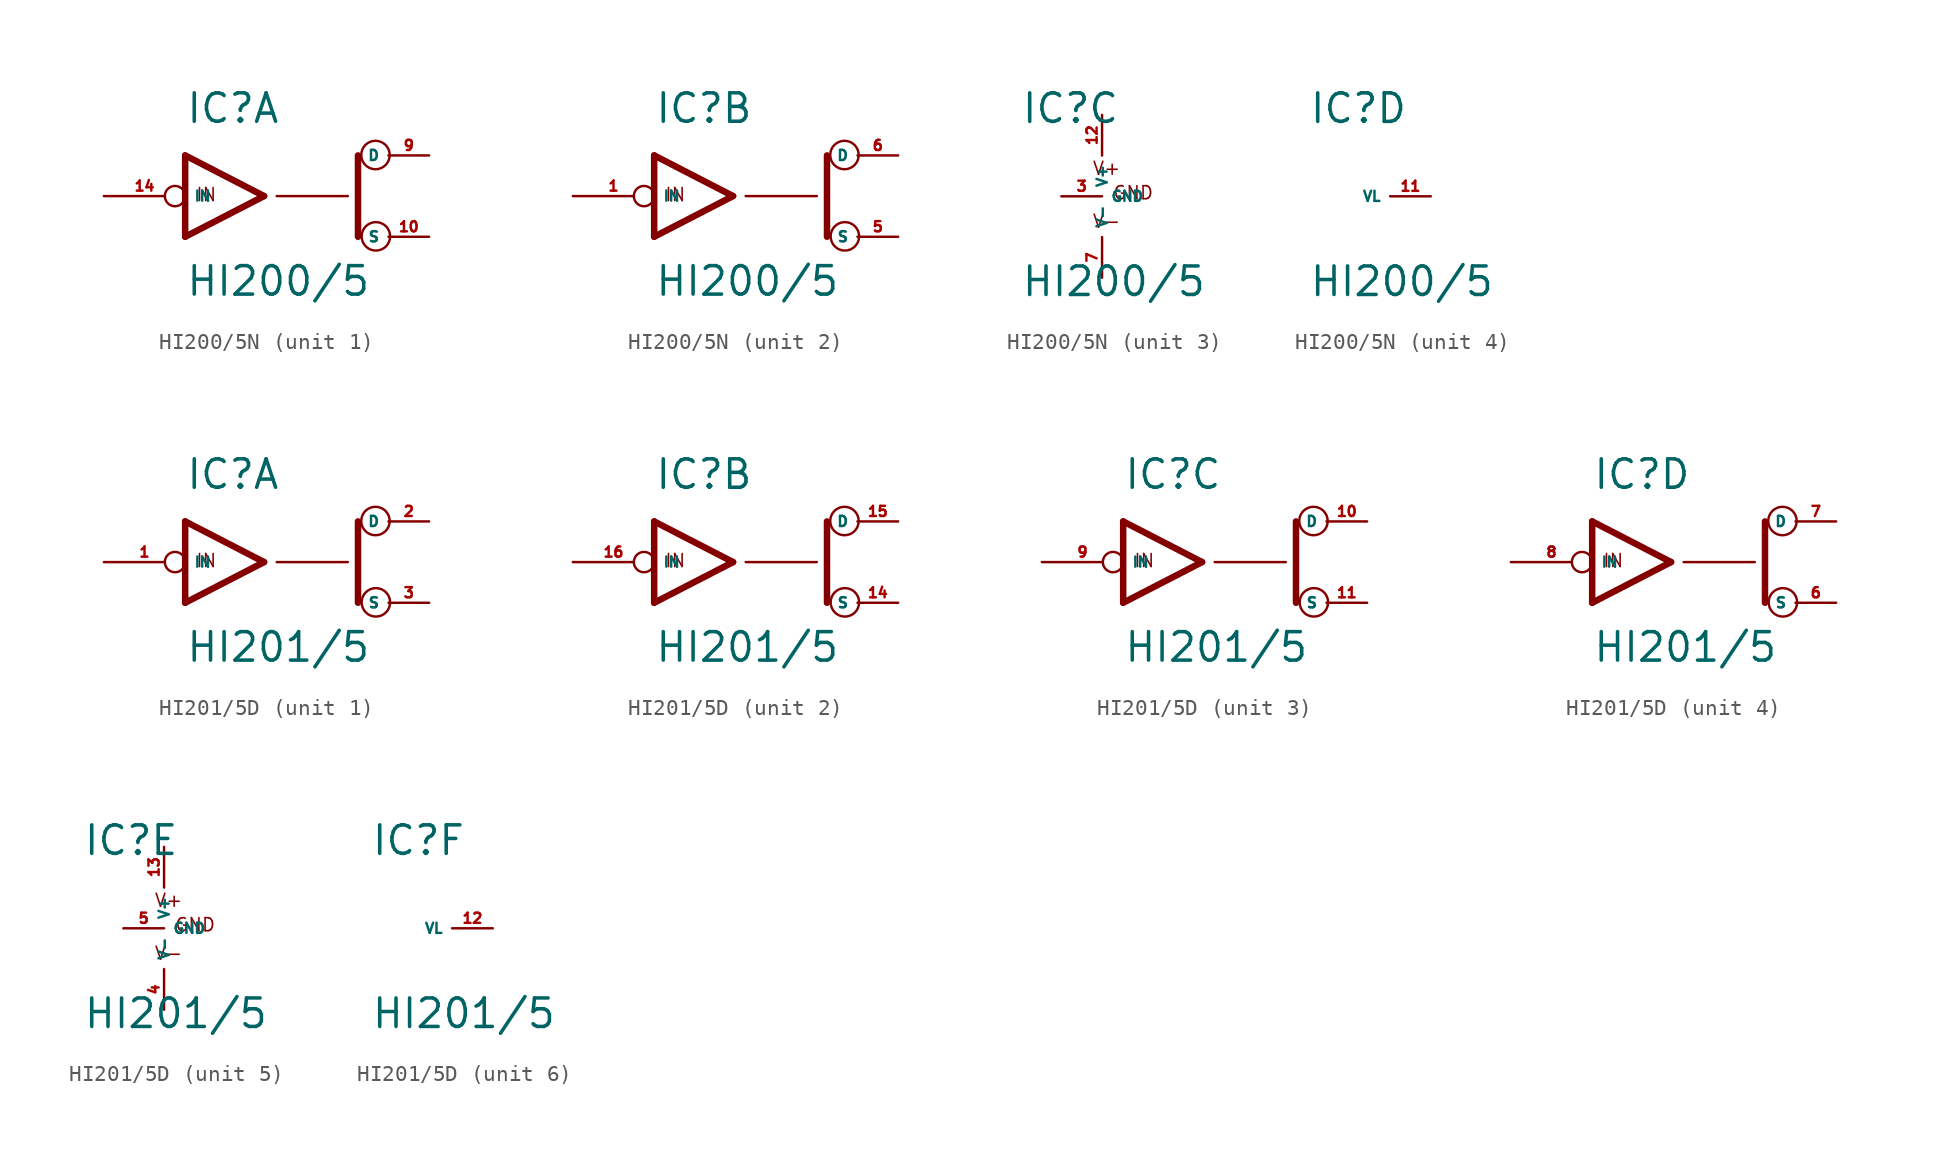
<source format=kicad_sym>
(kicad_symbol_lib
  (version 20220914)
  (generator Eagle2Kicad)
  (symbol "HI200/5N"
    (property "Reference" "IC"
      (at -5.08 4.445 0)
      (effects (font (size 1.778 1.778) (thickness 0.22)) (justify left bottom)))
    (property "Value" "HI200/5"
      (at -5.08 -6.35 0)
      (effects (font (size 1.778 1.778) (thickness 0.22)) (justify left bottom)))
    (symbol "HI200/5N_1_0"
      (polyline (pts (xy -0.152 0) (xy -5.08 2.54)) (stroke (width 0.406) (type default)) (fill (type none)))
      (polyline (pts (xy -5.08 -2.54) (xy -0.152 0)) (stroke (width 0.406) (type default)) (fill (type none)))
      (polyline (pts (xy -5.08 2.54) (xy -5.08 -2.54)) (stroke (width 0.406) (type default)) (fill (type none)))
      (polyline (pts (xy 5.715 -2.54) (xy 5.715 2.54)) (stroke (width 0.406) (type default)) (fill (type none)))
      (polyline (pts (xy 0.635 0) (xy 5.08 0)) (stroke (width 0.152) (type default)) (fill (type none)))
      (text "IN" (at -4.445 -0.381 0) (effects (font (size 0.813 0.813) (thickness 0.10)) (justify left bottom)))
      (circle (center 6.833 -2.515) (radius 0.889) (stroke (width 0.152) (type default)) (fill (type none)))
      (circle (center 6.807 2.565) (radius 0.889) (stroke (width 0.152) (type default)) (fill (type none)))
      (pin bidirectional line (at 10.16 2.54 180) (length 2.54) (name "D" (effects (font (size 0.635 0.635) (thickness 0.08)) (justify left bottom))) (number "9" (effects (font (size 0.635 0.635) (thickness 0.08)) (justify left bottom))))
      (pin input inverted (at -10.16 0 0) (length 5.08) (name "IN" (effects (font (size 0.635 0.635) (thickness 0.08)) (justify left bottom))) (number "14" (effects (font (size 0.635 0.635) (thickness 0.08)) (justify left bottom))))
      (pin bidirectional line (at 10.16 -2.54 180) (length 2.54) (name "S" (effects (font (size 0.635 0.635) (thickness 0.08)) (justify left bottom))) (number "10" (effects (font (size 0.635 0.635) (thickness 0.08)) (justify left bottom)))))
    (symbol "HI200/5N_2_0"
      (polyline (pts (xy -0.152 0) (xy -5.08 2.54)) (stroke (width 0.406) (type default)) (fill (type none)))
      (polyline (pts (xy -5.08 -2.54) (xy -0.152 0)) (stroke (width 0.406) (type default)) (fill (type none)))
      (polyline (pts (xy -5.08 2.54) (xy -5.08 -2.54)) (stroke (width 0.406) (type default)) (fill (type none)))
      (polyline (pts (xy 5.715 -2.54) (xy 5.715 2.54)) (stroke (width 0.406) (type default)) (fill (type none)))
      (polyline (pts (xy 0.635 0) (xy 5.08 0)) (stroke (width 0.152) (type default)) (fill (type none)))
      (text "IN" (at -4.445 -0.381 0) (effects (font (size 0.813 0.813) (thickness 0.10)) (justify left bottom)))
      (circle (center 6.833 -2.515) (radius 0.889) (stroke (width 0.152) (type default)) (fill (type none)))
      (circle (center 6.807 2.565) (radius 0.889) (stroke (width 0.152) (type default)) (fill (type none)))
      (pin bidirectional line (at 10.16 2.54 180) (length 2.54) (name "D" (effects (font (size 0.635 0.635) (thickness 0.08)) (justify left bottom))) (number "6" (effects (font (size 0.635 0.635) (thickness 0.08)) (justify left bottom))))
      (pin input inverted (at -10.16 0 0) (length 5.08) (name "IN" (effects (font (size 0.635 0.635) (thickness 0.08)) (justify left bottom))) (number "1" (effects (font (size 0.635 0.635) (thickness 0.08)) (justify left bottom))))
      (pin bidirectional line (at 10.16 -2.54 180) (length 2.54) (name "S" (effects (font (size 0.635 0.635) (thickness 0.08)) (justify left bottom))) (number "5" (effects (font (size 0.635 0.635) (thickness 0.08)) (justify left bottom)))))
    (symbol "HI200/5N_3_0"
      (text "V+" (at -0.635 1.27 0) (effects (font (size 0.813 0.813) (thickness 0.10)) (justify left bottom)))
      (text "V-" (at -0.635 -2.032 0) (effects (font (size 0.813 0.813) (thickness 0.10)) (justify left bottom)))
      (text "GND" (at 0.635 -0.254 0) (effects (font (size 0.813 0.813) (thickness 0.10)) (justify left bottom)))
      (pin unspecified line (at 0 5.08 270) (length 2.54) (name "V+" (effects (font (size 0.635 0.635) (thickness 0.08)) (justify left bottom))) (number "12" (effects (font (size 0.635 0.635) (thickness 0.08)) (justify left bottom))))
      (pin unspecified line (at 0 -5.08 90) (length 2.54) (name "V-" (effects (font (size 0.635 0.635) (thickness 0.08)) (justify left bottom))) (number "7" (effects (font (size 0.635 0.635) (thickness 0.08)) (justify left bottom))))
      (pin unspecified line (at -2.54 0 0) (length 2.54) (name "GND" (effects (font (size 0.635 0.635) (thickness 0.08)) (justify left bottom))) (number "3" (effects (font (size 0.635 0.635) (thickness 0.08)) (justify left bottom)))))
    (symbol "HI200/5N_4_0"
      (pin input line (at 2.54 0 180) (length 2.54) (name "VL" (effects (font (size 0.635 0.635) (thickness 0.08)) (justify left bottom))) (number "11" (effects (font (size 0.635 0.635) (thickness 0.08)) (justify left bottom))))))
  (symbol "HI201/5D"
    (property "Reference" "IC"
      (at -5.08 4.445 0)
      (effects (font (size 1.778 1.778) (thickness 0.22)) (justify left bottom)))
    (property "Value" "HI201/5"
      (at -5.08 -6.35 0)
      (effects (font (size 1.778 1.778) (thickness 0.22)) (justify left bottom)))
    (symbol "HI201/5D_1_0"
      (polyline (pts (xy -0.152 0) (xy -5.08 2.54)) (stroke (width 0.406) (type default)) (fill (type none)))
      (polyline (pts (xy -5.08 -2.54) (xy -0.152 0)) (stroke (width 0.406) (type default)) (fill (type none)))
      (polyline (pts (xy -5.08 2.54) (xy -5.08 -2.54)) (stroke (width 0.406) (type default)) (fill (type none)))
      (polyline (pts (xy 5.715 -2.54) (xy 5.715 2.54)) (stroke (width 0.406) (type default)) (fill (type none)))
      (polyline (pts (xy 0.635 0) (xy 5.08 0)) (stroke (width 0.152) (type default)) (fill (type none)))
      (text "IN" (at -4.445 -0.381 0) (effects (font (size 0.813 0.813) (thickness 0.10)) (justify left bottom)))
      (circle (center 6.833 -2.515) (radius 0.889) (stroke (width 0.152) (type default)) (fill (type none)))
      (circle (center 6.807 2.565) (radius 0.889) (stroke (width 0.152) (type default)) (fill (type none)))
      (pin bidirectional line (at 10.16 2.54 180) (length 2.54) (name "D" (effects (font (size 0.635 0.635) (thickness 0.08)) (justify left bottom))) (number "2" (effects (font (size 0.635 0.635) (thickness 0.08)) (justify left bottom))))
      (pin input inverted (at -10.16 0 0) (length 5.08) (name "IN" (effects (font (size 0.635 0.635) (thickness 0.08)) (justify left bottom))) (number "1" (effects (font (size 0.635 0.635) (thickness 0.08)) (justify left bottom))))
      (pin bidirectional line (at 10.16 -2.54 180) (length 2.54) (name "S" (effects (font (size 0.635 0.635) (thickness 0.08)) (justify left bottom))) (number "3" (effects (font (size 0.635 0.635) (thickness 0.08)) (justify left bottom)))))
    (symbol "HI201/5D_2_0"
      (polyline (pts (xy -0.152 0) (xy -5.08 2.54)) (stroke (width 0.406) (type default)) (fill (type none)))
      (polyline (pts (xy -5.08 -2.54) (xy -0.152 0)) (stroke (width 0.406) (type default)) (fill (type none)))
      (polyline (pts (xy -5.08 2.54) (xy -5.08 -2.54)) (stroke (width 0.406) (type default)) (fill (type none)))
      (polyline (pts (xy 5.715 -2.54) (xy 5.715 2.54)) (stroke (width 0.406) (type default)) (fill (type none)))
      (polyline (pts (xy 0.635 0) (xy 5.08 0)) (stroke (width 0.152) (type default)) (fill (type none)))
      (text "IN" (at -4.445 -0.381 0) (effects (font (size 0.813 0.813) (thickness 0.10)) (justify left bottom)))
      (circle (center 6.833 -2.515) (radius 0.889) (stroke (width 0.152) (type default)) (fill (type none)))
      (circle (center 6.807 2.565) (radius 0.889) (stroke (width 0.152) (type default)) (fill (type none)))
      (pin bidirectional line (at 10.16 2.54 180) (length 2.54) (name "D" (effects (font (size 0.635 0.635) (thickness 0.08)) (justify left bottom))) (number "15" (effects (font (size 0.635 0.635) (thickness 0.08)) (justify left bottom))))
      (pin input inverted (at -10.16 0 0) (length 5.08) (name "IN" (effects (font (size 0.635 0.635) (thickness 0.08)) (justify left bottom))) (number "16" (effects (font (size 0.635 0.635) (thickness 0.08)) (justify left bottom))))
      (pin bidirectional line (at 10.16 -2.54 180) (length 2.54) (name "S" (effects (font (size 0.635 0.635) (thickness 0.08)) (justify left bottom))) (number "14" (effects (font (size 0.635 0.635) (thickness 0.08)) (justify left bottom)))))
    (symbol "HI201/5D_3_0"
      (polyline (pts (xy -0.152 0) (xy -5.08 2.54)) (stroke (width 0.406) (type default)) (fill (type none)))
      (polyline (pts (xy -5.08 -2.54) (xy -0.152 0)) (stroke (width 0.406) (type default)) (fill (type none)))
      (polyline (pts (xy -5.08 2.54) (xy -5.08 -2.54)) (stroke (width 0.406) (type default)) (fill (type none)))
      (polyline (pts (xy 5.715 -2.54) (xy 5.715 2.54)) (stroke (width 0.406) (type default)) (fill (type none)))
      (polyline (pts (xy 0.635 0) (xy 5.08 0)) (stroke (width 0.152) (type default)) (fill (type none)))
      (text "IN" (at -4.445 -0.381 0) (effects (font (size 0.813 0.813) (thickness 0.10)) (justify left bottom)))
      (circle (center 6.833 -2.515) (radius 0.889) (stroke (width 0.152) (type default)) (fill (type none)))
      (circle (center 6.807 2.565) (radius 0.889) (stroke (width 0.152) (type default)) (fill (type none)))
      (pin bidirectional line (at 10.16 2.54 180) (length 2.54) (name "D" (effects (font (size 0.635 0.635) (thickness 0.08)) (justify left bottom))) (number "10" (effects (font (size 0.635 0.635) (thickness 0.08)) (justify left bottom))))
      (pin input inverted (at -10.16 0 0) (length 5.08) (name "IN" (effects (font (size 0.635 0.635) (thickness 0.08)) (justify left bottom))) (number "9" (effects (font (size 0.635 0.635) (thickness 0.08)) (justify left bottom))))
      (pin bidirectional line (at 10.16 -2.54 180) (length 2.54) (name "S" (effects (font (size 0.635 0.635) (thickness 0.08)) (justify left bottom))) (number "11" (effects (font (size 0.635 0.635) (thickness 0.08)) (justify left bottom)))))
    (symbol "HI201/5D_4_0"
      (polyline (pts (xy -0.152 0) (xy -5.08 2.54)) (stroke (width 0.406) (type default)) (fill (type none)))
      (polyline (pts (xy -5.08 -2.54) (xy -0.152 0)) (stroke (width 0.406) (type default)) (fill (type none)))
      (polyline (pts (xy -5.08 2.54) (xy -5.08 -2.54)) (stroke (width 0.406) (type default)) (fill (type none)))
      (polyline (pts (xy 5.715 -2.54) (xy 5.715 2.54)) (stroke (width 0.406) (type default)) (fill (type none)))
      (polyline (pts (xy 0.635 0) (xy 5.08 0)) (stroke (width 0.152) (type default)) (fill (type none)))
      (text "IN" (at -4.445 -0.381 0) (effects (font (size 0.813 0.813) (thickness 0.10)) (justify left bottom)))
      (circle (center 6.833 -2.515) (radius 0.889) (stroke (width 0.152) (type default)) (fill (type none)))
      (circle (center 6.807 2.565) (radius 0.889) (stroke (width 0.152) (type default)) (fill (type none)))
      (pin bidirectional line (at 10.16 2.54 180) (length 2.54) (name "D" (effects (font (size 0.635 0.635) (thickness 0.08)) (justify left bottom))) (number "7" (effects (font (size 0.635 0.635) (thickness 0.08)) (justify left bottom))))
      (pin input inverted (at -10.16 0 0) (length 5.08) (name "IN" (effects (font (size 0.635 0.635) (thickness 0.08)) (justify left bottom))) (number "8" (effects (font (size 0.635 0.635) (thickness 0.08)) (justify left bottom))))
      (pin bidirectional line (at 10.16 -2.54 180) (length 2.54) (name "S" (effects (font (size 0.635 0.635) (thickness 0.08)) (justify left bottom))) (number "6" (effects (font (size 0.635 0.635) (thickness 0.08)) (justify left bottom)))))
    (symbol "HI201/5D_5_0"
      (text "V+" (at -0.635 1.27 0) (effects (font (size 0.813 0.813) (thickness 0.10)) (justify left bottom)))
      (text "V-" (at -0.635 -2.032 0) (effects (font (size 0.813 0.813) (thickness 0.10)) (justify left bottom)))
      (text "GND" (at 0.635 -0.254 0) (effects (font (size 0.813 0.813) (thickness 0.10)) (justify left bottom)))
      (pin unspecified line (at 0 5.08 270) (length 2.54) (name "V+" (effects (font (size 0.635 0.635) (thickness 0.08)) (justify left bottom))) (number "13" (effects (font (size 0.635 0.635) (thickness 0.08)) (justify left bottom))))
      (pin unspecified line (at 0 -5.08 90) (length 2.54) (name "V-" (effects (font (size 0.635 0.635) (thickness 0.08)) (justify left bottom))) (number "4" (effects (font (size 0.635 0.635) (thickness 0.08)) (justify left bottom))))
      (pin unspecified line (at -2.54 0 0) (length 2.54) (name "GND" (effects (font (size 0.635 0.635) (thickness 0.08)) (justify left bottom))) (number "5" (effects (font (size 0.635 0.635) (thickness 0.08)) (justify left bottom)))))
    (symbol "HI201/5D_6_0"
      (pin input line (at 2.54 0 180) (length 2.54) (name "VL" (effects (font (size 0.635 0.635) (thickness 0.08)) (justify left bottom))) (number "12" (effects (font (size 0.635 0.635) (thickness 0.08)) (justify left bottom)))))))
</source>
